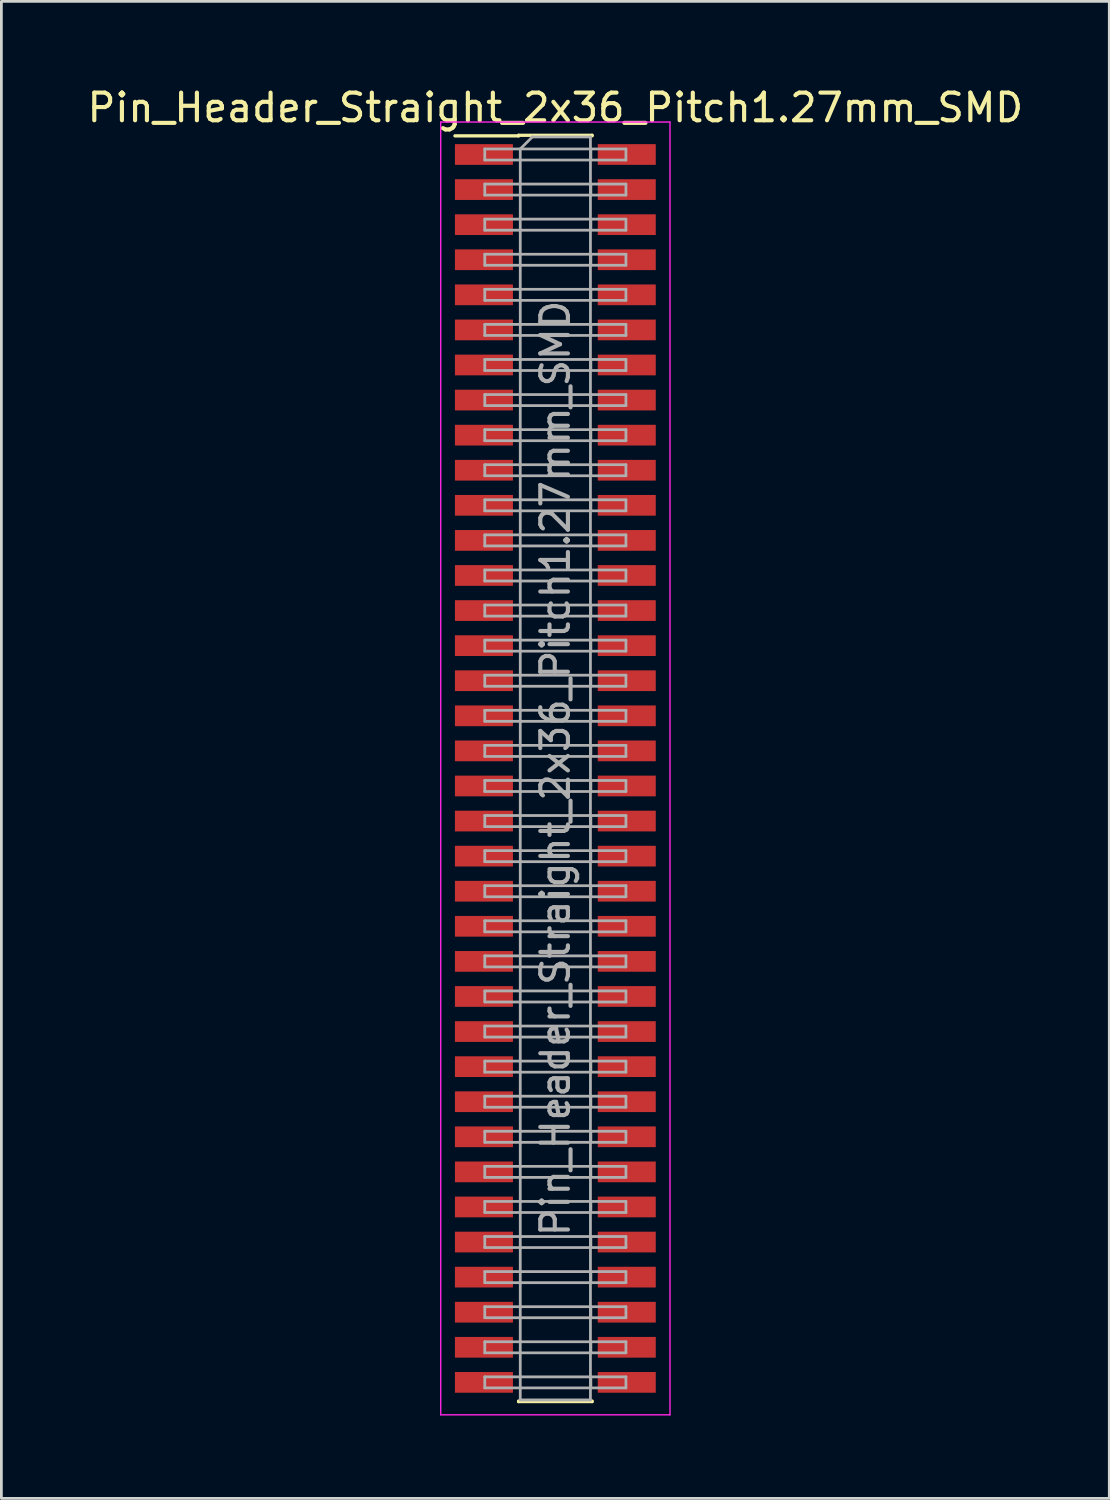
<source format=kicad_pcb>
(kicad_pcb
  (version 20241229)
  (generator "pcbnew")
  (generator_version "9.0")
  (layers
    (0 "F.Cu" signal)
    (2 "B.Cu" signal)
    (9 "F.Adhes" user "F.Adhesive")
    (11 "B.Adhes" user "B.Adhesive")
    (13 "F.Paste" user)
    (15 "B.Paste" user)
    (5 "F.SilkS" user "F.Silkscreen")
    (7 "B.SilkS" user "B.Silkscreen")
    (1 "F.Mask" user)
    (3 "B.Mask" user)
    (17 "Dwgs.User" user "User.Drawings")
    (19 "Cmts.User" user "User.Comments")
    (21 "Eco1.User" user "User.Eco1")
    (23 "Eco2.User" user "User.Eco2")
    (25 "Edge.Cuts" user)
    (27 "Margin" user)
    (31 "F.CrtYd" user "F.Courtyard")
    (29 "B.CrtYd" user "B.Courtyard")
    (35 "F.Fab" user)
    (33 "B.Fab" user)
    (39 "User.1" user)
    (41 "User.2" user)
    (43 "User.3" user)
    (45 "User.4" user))
  (footprint "Pin_Header_Straight_2x36_Pitch1.27mm_SMD"
    (layer "F.Cu")
    (at 17.054 24.768)
    (property "Reference" "Pin_Header_Straight_2x36_Pitch1.27mm_SMD" (at 0 -23.92 0) (layer "F.SilkS") (effects (font (size 1 1) (thickness 0.15))))
    (attr smd)
    (fp_line (start -3.635 -22.9) (end -1.33 -22.9) (stroke (width 0.12) (type solid)) (layer "F.SilkS"))
    (fp_line (start -1.33 -22.92) (end 1.33 -22.92) (stroke (width 0.12) (type solid)) (layer "F.SilkS"))
    (fp_line (start -1.33 -22.9) (end -1.33 -22.92) (stroke (width 0.12) (type solid)) (layer "F.SilkS"))
    (fp_line (start -1.33 22.9) (end -1.33 22.92) (stroke (width 0.12) (type solid)) (layer "F.SilkS"))
    (fp_line (start -1.33 22.92) (end 1.33 22.92) (stroke (width 0.12) (type solid)) (layer "F.SilkS"))
    (fp_line (start 1.33 -22.92) (end 1.33 -22.9) (stroke (width 0.12) (type solid)) (layer "F.SilkS"))
    (fp_line (start 1.33 22.92) (end 1.33 22.9) (stroke (width 0.12) (type solid)) (layer "F.SilkS"))
    (fp_line (start -4.15 -23.4) (end -4.15 23.4) (stroke (width 0.05) (type solid)) (layer "F.CrtYd"))
    (fp_line (start -4.15 23.4) (end 4.15 23.4) (stroke (width 0.05) (type solid)) (layer "F.CrtYd"))
    (fp_line (start 4.15 -23.4) (end -4.15 -23.4) (stroke (width 0.05) (type solid)) (layer "F.CrtYd"))
    (fp_line (start 4.15 23.4) (end 4.15 -23.4) (stroke (width 0.05) (type solid)) (layer "F.CrtYd"))
    (fp_line (start -2.555 -22.425) (end -2.555 -22.025) (stroke (width 0.1) (type solid)) (layer "F.Fab"))
    (fp_line (start -2.555 -22.025) (end -1.27 -22.025) (stroke (width 0.1) (type solid)) (layer "F.Fab"))
    (fp_line (start -2.555 -21.155) (end -2.555 -20.755) (stroke (width 0.1) (type solid)) (layer "F.Fab"))
    (fp_line (start -2.555 -20.755) (end -1.27 -20.755) (stroke (width 0.1) (type solid)) (layer "F.Fab"))
    (fp_line (start -2.555 -19.885) (end -2.555 -19.485) (stroke (width 0.1) (type solid)) (layer "F.Fab"))
    (fp_line (start -2.555 -19.485) (end -1.27 -19.485) (stroke (width 0.1) (type solid)) (layer "F.Fab"))
    (fp_line (start -2.555 -18.615) (end -2.555 -18.215) (stroke (width 0.1) (type solid)) (layer "F.Fab"))
    (fp_line (start -2.555 -18.215) (end -1.27 -18.215) (stroke (width 0.1) (type solid)) (layer "F.Fab"))
    (fp_line (start -2.555 -17.345) (end -2.555 -16.945) (stroke (width 0.1) (type solid)) (layer "F.Fab"))
    (fp_line (start -2.555 -16.945) (end -1.27 -16.945) (stroke (width 0.1) (type solid)) (layer "F.Fab"))
    (fp_line (start -2.555 -16.075) (end -2.555 -15.675) (stroke (width 0.1) (type solid)) (layer "F.Fab"))
    (fp_line (start -2.555 -15.675) (end -1.27 -15.675) (stroke (width 0.1) (type solid)) (layer "F.Fab"))
    (fp_line (start -2.555 -14.805) (end -2.555 -14.405) (stroke (width 0.1) (type solid)) (layer "F.Fab"))
    (fp_line (start -2.555 -14.405) (end -1.27 -14.405) (stroke (width 0.1) (type solid)) (layer "F.Fab"))
    (fp_line (start -2.555 -13.535) (end -2.555 -13.135) (stroke (width 0.1) (type solid)) (layer "F.Fab"))
    (fp_line (start -2.555 -13.135) (end -1.27 -13.135) (stroke (width 0.1) (type solid)) (layer "F.Fab"))
    (fp_line (start -2.555 -12.265) (end -2.555 -11.865) (stroke (width 0.1) (type solid)) (layer "F.Fab"))
    (fp_line (start -2.555 -11.865) (end -1.27 -11.865) (stroke (width 0.1) (type solid)) (layer "F.Fab"))
    (fp_line (start -2.555 -10.995) (end -2.555 -10.595) (stroke (width 0.1) (type solid)) (layer "F.Fab"))
    (fp_line (start -2.555 -10.595) (end -1.27 -10.595) (stroke (width 0.1) (type solid)) (layer "F.Fab"))
    (fp_line (start -2.555 -9.725) (end -2.555 -9.325) (stroke (width 0.1) (type solid)) (layer "F.Fab"))
    (fp_line (start -2.555 -9.325) (end -1.27 -9.325) (stroke (width 0.1) (type solid)) (layer "F.Fab"))
    (fp_line (start -2.555 -8.455) (end -2.555 -8.055) (stroke (width 0.1) (type solid)) (layer "F.Fab"))
    (fp_line (start -2.555 -8.055) (end -1.27 -8.055) (stroke (width 0.1) (type solid)) (layer "F.Fab"))
    (fp_line (start -2.555 -7.185) (end -2.555 -6.785) (stroke (width 0.1) (type solid)) (layer "F.Fab"))
    (fp_line (start -2.555 -6.785) (end -1.27 -6.785) (stroke (width 0.1) (type solid)) (layer "F.Fab"))
    (fp_line (start -2.555 -5.915) (end -2.555 -5.515) (stroke (width 0.1) (type solid)) (layer "F.Fab"))
    (fp_line (start -2.555 -5.515) (end -1.27 -5.515) (stroke (width 0.1) (type solid)) (layer "F.Fab"))
    (fp_line (start -2.555 -4.645) (end -2.555 -4.245) (stroke (width 0.1) (type solid)) (layer "F.Fab"))
    (fp_line (start -2.555 -4.245) (end -1.27 -4.245) (stroke (width 0.1) (type solid)) (layer "F.Fab"))
    (fp_line (start -2.555 -3.375) (end -2.555 -2.975) (stroke (width 0.1) (type solid)) (layer "F.Fab"))
    (fp_line (start -2.555 -2.975) (end -1.27 -2.975) (stroke (width 0.1) (type solid)) (layer "F.Fab"))
    (fp_line (start -2.555 -2.105) (end -2.555 -1.705) (stroke (width 0.1) (type solid)) (layer "F.Fab"))
    (fp_line (start -2.555 -1.705) (end -1.27 -1.705) (stroke (width 0.1) (type solid)) (layer "F.Fab"))
    (fp_line (start -2.555 -0.835) (end -2.555 -0.435) (stroke (width 0.1) (type solid)) (layer "F.Fab"))
    (fp_line (start -2.555 -0.435) (end -1.27 -0.435) (stroke (width 0.1) (type solid)) (layer "F.Fab"))
    (fp_line (start -2.555 0.435) (end -2.555 0.835) (stroke (width 0.1) (type solid)) (layer "F.Fab"))
    (fp_line (start -2.555 0.835) (end -1.27 0.835) (stroke (width 0.1) (type solid)) (layer "F.Fab"))
    (fp_line (start -2.555 1.705) (end -2.555 2.105) (stroke (width 0.1) (type solid)) (layer "F.Fab"))
    (fp_line (start -2.555 2.105) (end -1.27 2.105) (stroke (width 0.1) (type solid)) (layer "F.Fab"))
    (fp_line (start -2.555 2.975) (end -2.555 3.375) (stroke (width 0.1) (type solid)) (layer "F.Fab"))
    (fp_line (start -2.555 3.375) (end -1.27 3.375) (stroke (width 0.1) (type solid)) (layer "F.Fab"))
    (fp_line (start -2.555 4.245) (end -2.555 4.645) (stroke (width 0.1) (type solid)) (layer "F.Fab"))
    (fp_line (start -2.555 4.645) (end -1.27 4.645) (stroke (width 0.1) (type solid)) (layer "F.Fab"))
    (fp_line (start -2.555 5.515) (end -2.555 5.915) (stroke (width 0.1) (type solid)) (layer "F.Fab"))
    (fp_line (start -2.555 5.915) (end -1.27 5.915) (stroke (width 0.1) (type solid)) (layer "F.Fab"))
    (fp_line (start -2.555 6.785) (end -2.555 7.185) (stroke (width 0.1) (type solid)) (layer "F.Fab"))
    (fp_line (start -2.555 7.185) (end -1.27 7.185) (stroke (width 0.1) (type solid)) (layer "F.Fab"))
    (fp_line (start -2.555 8.055) (end -2.555 8.455) (stroke (width 0.1) (type solid)) (layer "F.Fab"))
    (fp_line (start -2.555 8.455) (end -1.27 8.455) (stroke (width 0.1) (type solid)) (layer "F.Fab"))
    (fp_line (start -2.555 9.325) (end -2.555 9.725) (stroke (width 0.1) (type solid)) (layer "F.Fab"))
    (fp_line (start -2.555 9.725) (end -1.27 9.725) (stroke (width 0.1) (type solid)) (layer "F.Fab"))
    (fp_line (start -2.555 10.595) (end -2.555 10.995) (stroke (width 0.1) (type solid)) (layer "F.Fab"))
    (fp_line (start -2.555 10.995) (end -1.27 10.995) (stroke (width 0.1) (type solid)) (layer "F.Fab"))
    (fp_line (start -2.555 11.865) (end -2.555 12.265) (stroke (width 0.1) (type solid)) (layer "F.Fab"))
    (fp_line (start -2.555 12.265) (end -1.27 12.265) (stroke (width 0.1) (type solid)) (layer "F.Fab"))
    (fp_line (start -2.555 13.135) (end -2.555 13.535) (stroke (width 0.1) (type solid)) (layer "F.Fab"))
    (fp_line (start -2.555 13.535) (end -1.27 13.535) (stroke (width 0.1) (type solid)) (layer "F.Fab"))
    (fp_line (start -2.555 14.405) (end -2.555 14.805) (stroke (width 0.1) (type solid)) (layer "F.Fab"))
    (fp_line (start -2.555 14.805) (end -1.27 14.805) (stroke (width 0.1) (type solid)) (layer "F.Fab"))
    (fp_line (start -2.555 15.675) (end -2.555 16.075) (stroke (width 0.1) (type solid)) (layer "F.Fab"))
    (fp_line (start -2.555 16.075) (end -1.27 16.075) (stroke (width 0.1) (type solid)) (layer "F.Fab"))
    (fp_line (start -2.555 16.945) (end -2.555 17.345) (stroke (width 0.1) (type solid)) (layer "F.Fab"))
    (fp_line (start -2.555 17.345) (end -1.27 17.345) (stroke (width 0.1) (type solid)) (layer "F.Fab"))
    (fp_line (start -2.555 18.215) (end -2.555 18.615) (stroke (width 0.1) (type solid)) (layer "F.Fab"))
    (fp_line (start -2.555 18.615) (end -1.27 18.615) (stroke (width 0.1) (type solid)) (layer "F.Fab"))
    (fp_line (start -2.555 19.485) (end -2.555 19.885) (stroke (width 0.1) (type solid)) (layer "F.Fab"))
    (fp_line (start -2.555 19.885) (end -1.27 19.885) (stroke (width 0.1) (type solid)) (layer "F.Fab"))
    (fp_line (start -2.555 20.755) (end -2.555 21.155) (stroke (width 0.1) (type solid)) (layer "F.Fab"))
    (fp_line (start -2.555 21.155) (end -1.27 21.155) (stroke (width 0.1) (type solid)) (layer "F.Fab"))
    (fp_line (start -2.555 22.025) (end -2.555 22.425) (stroke (width 0.1) (type solid)) (layer "F.Fab"))
    (fp_line (start -2.555 22.425) (end -1.27 22.425) (stroke (width 0.1) (type solid)) (layer "F.Fab"))
    (fp_line (start -1.27 -22.425) (end -2.555 -22.425) (stroke (width 0.1) (type solid)) (layer "F.Fab"))
    (fp_line (start -1.27 -22.425) (end -0.835 -22.86) (stroke (width 0.1) (type solid)) (layer "F.Fab"))
    (fp_line (start -1.27 -22.425) (end 1.285 -22.425) (stroke (width 0.1) (type solid)) (layer "F.Fab"))
    (fp_line (start -1.27 -21.155) (end -2.555 -21.155) (stroke (width 0.1) (type solid)) (layer "F.Fab"))
    (fp_line (start -1.27 -21.155) (end 1.285 -21.155) (stroke (width 0.1) (type solid)) (layer "F.Fab"))
    (fp_line (start -1.27 -19.885) (end -2.555 -19.885) (stroke (width 0.1) (type solid)) (layer "F.Fab"))
    (fp_line (start -1.27 -19.885) (end 1.285 -19.885) (stroke (width 0.1) (type solid)) (layer "F.Fab"))
    (fp_line (start -1.27 -18.615) (end -2.555 -18.615) (stroke (width 0.1) (type solid)) (layer "F.Fab"))
    (fp_line (start -1.27 -18.615) (end 1.285 -18.615) (stroke (width 0.1) (type solid)) (layer "F.Fab"))
    (fp_line (start -1.27 -17.345) (end -2.555 -17.345) (stroke (width 0.1) (type solid)) (layer "F.Fab"))
    (fp_line (start -1.27 -17.345) (end 1.285 -17.345) (stroke (width 0.1) (type solid)) (layer "F.Fab"))
    (fp_line (start -1.27 -16.075) (end -2.555 -16.075) (stroke (width 0.1) (type solid)) (layer "F.Fab"))
    (fp_line (start -1.27 -16.075) (end 1.285 -16.075) (stroke (width 0.1) (type solid)) (layer "F.Fab"))
    (fp_line (start -1.27 -14.805) (end -2.555 -14.805) (stroke (width 0.1) (type solid)) (layer "F.Fab"))
    (fp_line (start -1.27 -14.805) (end 1.285 -14.805) (stroke (width 0.1) (type solid)) (layer "F.Fab"))
    (fp_line (start -1.27 -13.535) (end -2.555 -13.535) (stroke (width 0.1) (type solid)) (layer "F.Fab"))
    (fp_line (start -1.27 -13.535) (end 1.285 -13.535) (stroke (width 0.1) (type solid)) (layer "F.Fab"))
    (fp_line (start -1.27 -12.265) (end -2.555 -12.265) (stroke (width 0.1) (type solid)) (layer "F.Fab"))
    (fp_line (start -1.27 -12.265) (end 1.285 -12.265) (stroke (width 0.1) (type solid)) (layer "F.Fab"))
    (fp_line (start -1.27 -10.995) (end -2.555 -10.995) (stroke (width 0.1) (type solid)) (layer "F.Fab"))
    (fp_line (start -1.27 -10.995) (end 1.285 -10.995) (stroke (width 0.1) (type solid)) (layer "F.Fab"))
    (fp_line (start -1.27 -9.725) (end -2.555 -9.725) (stroke (width 0.1) (type solid)) (layer "F.Fab"))
    (fp_line (start -1.27 -9.725) (end 1.285 -9.725) (stroke (width 0.1) (type solid)) (layer "F.Fab"))
    (fp_line (start -1.27 -8.455) (end -2.555 -8.455) (stroke (width 0.1) (type solid)) (layer "F.Fab"))
    (fp_line (start -1.27 -8.455) (end 1.285 -8.455) (stroke (width 0.1) (type solid)) (layer "F.Fab"))
    (fp_line (start -1.27 -7.185) (end -2.555 -7.185) (stroke (width 0.1) (type solid)) (layer "F.Fab"))
    (fp_line (start -1.27 -7.185) (end 1.285 -7.185) (stroke (width 0.1) (type solid)) (layer "F.Fab"))
    (fp_line (start -1.27 -5.915) (end -2.555 -5.915) (stroke (width 0.1) (type solid)) (layer "F.Fab"))
    (fp_line (start -1.27 -5.915) (end 1.285 -5.915) (stroke (width 0.1) (type solid)) (layer "F.Fab"))
    (fp_line (start -1.27 -4.645) (end -2.555 -4.645) (stroke (width 0.1) (type solid)) (layer "F.Fab"))
    (fp_line (start -1.27 -4.645) (end 1.285 -4.645) (stroke (width 0.1) (type solid)) (layer "F.Fab"))
    (fp_line (start -1.27 -3.375) (end -2.555 -3.375) (stroke (width 0.1) (type solid)) (layer "F.Fab"))
    (fp_line (start -1.27 -3.375) (end 1.285 -3.375) (stroke (width 0.1) (type solid)) (layer "F.Fab"))
    (fp_line (start -1.27 -2.105) (end -2.555 -2.105) (stroke (width 0.1) (type solid)) (layer "F.Fab"))
    (fp_line (start -1.27 -2.105) (end 1.285 -2.105) (stroke (width 0.1) (type solid)) (layer "F.Fab"))
    (fp_line (start -1.27 -0.835) (end -2.555 -0.835) (stroke (width 0.1) (type solid)) (layer "F.Fab"))
    (fp_line (start -1.27 -0.835) (end 1.285 -0.835) (stroke (width 0.1) (type solid)) (layer "F.Fab"))
    (fp_line (start -1.27 0.435) (end -2.555 0.435) (stroke (width 0.1) (type solid)) (layer "F.Fab"))
    (fp_line (start -1.27 0.435) (end 1.285 0.435) (stroke (width 0.1) (type solid)) (layer "F.Fab"))
    (fp_line (start -1.27 1.705) (end -2.555 1.705) (stroke (width 0.1) (type solid)) (layer "F.Fab"))
    (fp_line (start -1.27 1.705) (end 1.285 1.705) (stroke (width 0.1) (type solid)) (layer "F.Fab"))
    (fp_line (start -1.27 2.975) (end -2.555 2.975) (stroke (width 0.1) (type solid)) (layer "F.Fab"))
    (fp_line (start -1.27 2.975) (end 1.285 2.975) (stroke (width 0.1) (type solid)) (layer "F.Fab"))
    (fp_line (start -1.27 4.245) (end -2.555 4.245) (stroke (width 0.1) (type solid)) (layer "F.Fab"))
    (fp_line (start -1.27 4.245) (end 1.285 4.245) (stroke (width 0.1) (type solid)) (layer "F.Fab"))
    (fp_line (start -1.27 5.515) (end -2.555 5.515) (stroke (width 0.1) (type solid)) (layer "F.Fab"))
    (fp_line (start -1.27 5.515) (end 1.285 5.515) (stroke (width 0.1) (type solid)) (layer "F.Fab"))
    (fp_line (start -1.27 6.785) (end -2.555 6.785) (stroke (width 0.1) (type solid)) (layer "F.Fab"))
    (fp_line (start -1.27 6.785) (end 1.285 6.785) (stroke (width 0.1) (type solid)) (layer "F.Fab"))
    (fp_line (start -1.27 8.055) (end -2.555 8.055) (stroke (width 0.1) (type solid)) (layer "F.Fab"))
    (fp_line (start -1.27 8.055) (end 1.285 8.055) (stroke (width 0.1) (type solid)) (layer "F.Fab"))
    (fp_line (start -1.27 9.325) (end -2.555 9.325) (stroke (width 0.1) (type solid)) (layer "F.Fab"))
    (fp_line (start -1.27 9.325) (end 1.285 9.325) (stroke (width 0.1) (type solid)) (layer "F.Fab"))
    (fp_line (start -1.27 10.595) (end -2.555 10.595) (stroke (width 0.1) (type solid)) (layer "F.Fab"))
    (fp_line (start -1.27 10.595) (end 1.285 10.595) (stroke (width 0.1) (type solid)) (layer "F.Fab"))
    (fp_line (start -1.27 11.865) (end -2.555 11.865) (stroke (width 0.1) (type solid)) (layer "F.Fab"))
    (fp_line (start -1.27 11.865) (end 1.285 11.865) (stroke (width 0.1) (type solid)) (layer "F.Fab"))
    (fp_line (start -1.27 13.135) (end -2.555 13.135) (stroke (width 0.1) (type solid)) (layer "F.Fab"))
    (fp_line (start -1.27 13.135) (end 1.285 13.135) (stroke (width 0.1) (type solid)) (layer "F.Fab"))
    (fp_line (start -1.27 14.405) (end -2.555 14.405) (stroke (width 0.1) (type solid)) (layer "F.Fab"))
    (fp_line (start -1.27 14.405) (end 1.285 14.405) (stroke (width 0.1) (type solid)) (layer "F.Fab"))
    (fp_line (start -1.27 15.675) (end -2.555 15.675) (stroke (width 0.1) (type solid)) (layer "F.Fab"))
    (fp_line (start -1.27 15.675) (end 1.285 15.675) (stroke (width 0.1) (type solid)) (layer "F.Fab"))
    (fp_line (start -1.27 16.945) (end -2.555 16.945) (stroke (width 0.1) (type solid)) (layer "F.Fab"))
    (fp_line (start -1.27 16.945) (end 1.285 16.945) (stroke (width 0.1) (type solid)) (layer "F.Fab"))
    (fp_line (start -1.27 18.215) (end -2.555 18.215) (stroke (width 0.1) (type solid)) (layer "F.Fab"))
    (fp_line (start -1.27 18.215) (end 1.285 18.215) (stroke (width 0.1) (type solid)) (layer "F.Fab"))
    (fp_line (start -1.27 19.485) (end -2.555 19.485) (stroke (width 0.1) (type solid)) (layer "F.Fab"))
    (fp_line (start -1.27 19.485) (end 1.285 19.485) (stroke (width 0.1) (type solid)) (layer "F.Fab"))
    (fp_line (start -1.27 20.755) (end -2.555 20.755) (stroke (width 0.1) (type solid)) (layer "F.Fab"))
    (fp_line (start -1.27 20.755) (end 1.285 20.755) (stroke (width 0.1) (type solid)) (layer "F.Fab"))
    (fp_line (start -1.27 22.025) (end -2.555 22.025) (stroke (width 0.1) (type solid)) (layer "F.Fab"))
    (fp_line (start -1.27 22.025) (end 1.285 22.025) (stroke (width 0.1) (type solid)) (layer "F.Fab"))
    (fp_line (start -1.27 22.86) (end -1.27 -22.425) (stroke (width 0.1) (type solid)) (layer "F.Fab"))
    (fp_line (start -0.835 -22.86) (end 1.27 -22.86) (stroke (width 0.1) (type solid)) (layer "F.Fab"))
    (fp_line (start 1.27 -22.86) (end 1.27 22.86) (stroke (width 0.1) (type solid)) (layer "F.Fab"))
    (fp_line (start 1.27 -22.425) (end 1.27 -22.025) (stroke (width 0.1) (type solid)) (layer "F.Fab"))
    (fp_line (start 1.27 -22.025) (end 2.555 -22.025) (stroke (width 0.1) (type solid)) (layer "F.Fab"))
    (fp_line (start 1.27 -21.155) (end 1.27 -20.755) (stroke (width 0.1) (type solid)) (layer "F.Fab"))
    (fp_line (start 1.27 -20.755) (end 2.555 -20.755) (stroke (width 0.1) (type solid)) (layer "F.Fab"))
    (fp_line (start 1.27 -19.885) (end 1.27 -19.485) (stroke (width 0.1) (type solid)) (layer "F.Fab"))
    (fp_line (start 1.27 -19.485) (end 2.555 -19.485) (stroke (width 0.1) (type solid)) (layer "F.Fab"))
    (fp_line (start 1.27 -18.615) (end 1.27 -18.215) (stroke (width 0.1) (type solid)) (layer "F.Fab"))
    (fp_line (start 1.27 -18.215) (end 2.555 -18.215) (stroke (width 0.1) (type solid)) (layer "F.Fab"))
    (fp_line (start 1.27 -17.345) (end 1.27 -16.945) (stroke (width 0.1) (type solid)) (layer "F.Fab"))
    (fp_line (start 1.27 -16.945) (end 2.555 -16.945) (stroke (width 0.1) (type solid)) (layer "F.Fab"))
    (fp_line (start 1.27 -16.075) (end 1.27 -15.675) (stroke (width 0.1) (type solid)) (layer "F.Fab"))
    (fp_line (start 1.27 -15.675) (end 2.555 -15.675) (stroke (width 0.1) (type solid)) (layer "F.Fab"))
    (fp_line (start 1.27 -14.805) (end 1.27 -14.405) (stroke (width 0.1) (type solid)) (layer "F.Fab"))
    (fp_line (start 1.27 -14.405) (end 2.555 -14.405) (stroke (width 0.1) (type solid)) (layer "F.Fab"))
    (fp_line (start 1.27 -13.535) (end 1.27 -13.135) (stroke (width 0.1) (type solid)) (layer "F.Fab"))
    (fp_line (start 1.27 -13.135) (end 2.555 -13.135) (stroke (width 0.1) (type solid)) (layer "F.Fab"))
    (fp_line (start 1.27 -12.265) (end 1.27 -11.865) (stroke (width 0.1) (type solid)) (layer "F.Fab"))
    (fp_line (start 1.27 -11.865) (end 2.555 -11.865) (stroke (width 0.1) (type solid)) (layer "F.Fab"))
    (fp_line (start 1.27 -10.995) (end 1.27 -10.595) (stroke (width 0.1) (type solid)) (layer "F.Fab"))
    (fp_line (start 1.27 -10.595) (end 2.555 -10.595) (stroke (width 0.1) (type solid)) (layer "F.Fab"))
    (fp_line (start 1.27 -9.725) (end 1.27 -9.325) (stroke (width 0.1) (type solid)) (layer "F.Fab"))
    (fp_line (start 1.27 -9.325) (end 2.555 -9.325) (stroke (width 0.1) (type solid)) (layer "F.Fab"))
    (fp_line (start 1.27 -8.455) (end 1.27 -8.055) (stroke (width 0.1) (type solid)) (layer "F.Fab"))
    (fp_line (start 1.27 -8.055) (end 2.555 -8.055) (stroke (width 0.1) (type solid)) (layer "F.Fab"))
    (fp_line (start 1.27 -7.185) (end 1.27 -6.785) (stroke (width 0.1) (type solid)) (layer "F.Fab"))
    (fp_line (start 1.27 -6.785) (end 2.555 -6.785) (stroke (width 0.1) (type solid)) (layer "F.Fab"))
    (fp_line (start 1.27 -5.915) (end 1.27 -5.515) (stroke (width 0.1) (type solid)) (layer "F.Fab"))
    (fp_line (start 1.27 -5.515) (end 2.555 -5.515) (stroke (width 0.1) (type solid)) (layer "F.Fab"))
    (fp_line (start 1.27 -4.645) (end 1.27 -4.245) (stroke (width 0.1) (type solid)) (layer "F.Fab"))
    (fp_line (start 1.27 -4.245) (end 2.555 -4.245) (stroke (width 0.1) (type solid)) (layer "F.Fab"))
    (fp_line (start 1.27 -3.375) (end 1.27 -2.975) (stroke (width 0.1) (type solid)) (layer "F.Fab"))
    (fp_line (start 1.27 -2.975) (end 2.555 -2.975) (stroke (width 0.1) (type solid)) (layer "F.Fab"))
    (fp_line (start 1.27 -2.105) (end 1.27 -1.705) (stroke (width 0.1) (type solid)) (layer "F.Fab"))
    (fp_line (start 1.27 -1.705) (end 2.555 -1.705) (stroke (width 0.1) (type solid)) (layer "F.Fab"))
    (fp_line (start 1.27 -0.835) (end 1.27 -0.435) (stroke (width 0.1) (type solid)) (layer "F.Fab"))
    (fp_line (start 1.27 -0.435) (end 2.555 -0.435) (stroke (width 0.1) (type solid)) (layer "F.Fab"))
    (fp_line (start 1.27 0.435) (end 1.27 0.835) (stroke (width 0.1) (type solid)) (layer "F.Fab"))
    (fp_line (start 1.27 0.835) (end 2.555 0.835) (stroke (width 0.1) (type solid)) (layer "F.Fab"))
    (fp_line (start 1.27 1.705) (end 1.27 2.105) (stroke (width 0.1) (type solid)) (layer "F.Fab"))
    (fp_line (start 1.27 2.105) (end 2.555 2.105) (stroke (width 0.1) (type solid)) (layer "F.Fab"))
    (fp_line (start 1.27 2.975) (end 1.27 3.375) (stroke (width 0.1) (type solid)) (layer "F.Fab"))
    (fp_line (start 1.27 3.375) (end 2.555 3.375) (stroke (width 0.1) (type solid)) (layer "F.Fab"))
    (fp_line (start 1.27 4.245) (end 1.27 4.645) (stroke (width 0.1) (type solid)) (layer "F.Fab"))
    (fp_line (start 1.27 4.645) (end 2.555 4.645) (stroke (width 0.1) (type solid)) (layer "F.Fab"))
    (fp_line (start 1.27 5.515) (end 1.27 5.915) (stroke (width 0.1) (type solid)) (layer "F.Fab"))
    (fp_line (start 1.27 5.915) (end 2.555 5.915) (stroke (width 0.1) (type solid)) (layer "F.Fab"))
    (fp_line (start 1.27 6.785) (end 1.27 7.185) (stroke (width 0.1) (type solid)) (layer "F.Fab"))
    (fp_line (start 1.27 7.185) (end 2.555 7.185) (stroke (width 0.1) (type solid)) (layer "F.Fab"))
    (fp_line (start 1.27 8.055) (end 1.27 8.455) (stroke (width 0.1) (type solid)) (layer "F.Fab"))
    (fp_line (start 1.27 8.455) (end 2.555 8.455) (stroke (width 0.1) (type solid)) (layer "F.Fab"))
    (fp_line (start 1.27 9.325) (end 1.27 9.725) (stroke (width 0.1) (type solid)) (layer "F.Fab"))
    (fp_line (start 1.27 9.725) (end 2.555 9.725) (stroke (width 0.1) (type solid)) (layer "F.Fab"))
    (fp_line (start 1.27 10.595) (end 1.27 10.995) (stroke (width 0.1) (type solid)) (layer "F.Fab"))
    (fp_line (start 1.27 10.995) (end 2.555 10.995) (stroke (width 0.1) (type solid)) (layer "F.Fab"))
    (fp_line (start 1.27 11.865) (end 1.27 12.265) (stroke (width 0.1) (type solid)) (layer "F.Fab"))
    (fp_line (start 1.27 12.265) (end 2.555 12.265) (stroke (width 0.1) (type solid)) (layer "F.Fab"))
    (fp_line (start 1.27 13.135) (end 1.27 13.535) (stroke (width 0.1) (type solid)) (layer "F.Fab"))
    (fp_line (start 1.27 13.535) (end 2.555 13.535) (stroke (width 0.1) (type solid)) (layer "F.Fab"))
    (fp_line (start 1.27 14.405) (end 1.27 14.805) (stroke (width 0.1) (type solid)) (layer "F.Fab"))
    (fp_line (start 1.27 14.805) (end 2.555 14.805) (stroke (width 0.1) (type solid)) (layer "F.Fab"))
    (fp_line (start 1.27 15.675) (end 1.27 16.075) (stroke (width 0.1) (type solid)) (layer "F.Fab"))
    (fp_line (start 1.27 16.075) (end 2.555 16.075) (stroke (width 0.1) (type solid)) (layer "F.Fab"))
    (fp_line (start 1.27 16.945) (end 1.27 17.345) (stroke (width 0.1) (type solid)) (layer "F.Fab"))
    (fp_line (start 1.27 17.345) (end 2.555 17.345) (stroke (width 0.1) (type solid)) (layer "F.Fab"))
    (fp_line (start 1.27 18.215) (end 1.27 18.615) (stroke (width 0.1) (type solid)) (layer "F.Fab"))
    (fp_line (start 1.27 18.615) (end 2.555 18.615) (stroke (width 0.1) (type solid)) (layer "F.Fab"))
    (fp_line (start 1.27 19.485) (end 1.27 19.885) (stroke (width 0.1) (type solid)) (layer "F.Fab"))
    (fp_line (start 1.27 19.885) (end 2.555 19.885) (stroke (width 0.1) (type solid)) (layer "F.Fab"))
    (fp_line (start 1.27 20.755) (end 1.27 21.155) (stroke (width 0.1) (type solid)) (layer "F.Fab"))
    (fp_line (start 1.27 21.155) (end 2.555 21.155) (stroke (width 0.1) (type solid)) (layer "F.Fab"))
    (fp_line (start 1.27 22.025) (end 1.27 22.425) (stroke (width 0.1) (type solid)) (layer "F.Fab"))
    (fp_line (start 1.27 22.425) (end 2.555 22.425) (stroke (width 0.1) (type solid)) (layer "F.Fab"))
    (fp_line (start 1.27 22.86) (end -1.27 22.86) (stroke (width 0.1) (type solid)) (layer "F.Fab"))
    (fp_line (start 1.285 -22.425) (end 1.285 -22.025) (stroke (width 0.1) (type solid)) (layer "F.Fab"))
    (fp_line (start 1.285 -22.025) (end -1.27 -22.025) (stroke (width 0.1) (type solid)) (layer "F.Fab"))
    (fp_line (start 1.285 -21.155) (end 1.285 -20.755) (stroke (width 0.1) (type solid)) (layer "F.Fab"))
    (fp_line (start 1.285 -20.755) (end -1.27 -20.755) (stroke (width 0.1) (type solid)) (layer "F.Fab"))
    (fp_line (start 1.285 -19.885) (end 1.285 -19.485) (stroke (width 0.1) (type solid)) (layer "F.Fab"))
    (fp_line (start 1.285 -19.485) (end -1.27 -19.485) (stroke (width 0.1) (type solid)) (layer "F.Fab"))
    (fp_line (start 1.285 -18.615) (end 1.285 -18.215) (stroke (width 0.1) (type solid)) (layer "F.Fab"))
    (fp_line (start 1.285 -18.215) (end -1.27 -18.215) (stroke (width 0.1) (type solid)) (layer "F.Fab"))
    (fp_line (start 1.285 -17.345) (end 1.285 -16.945) (stroke (width 0.1) (type solid)) (layer "F.Fab"))
    (fp_line (start 1.285 -16.945) (end -1.27 -16.945) (stroke (width 0.1) (type solid)) (layer "F.Fab"))
    (fp_line (start 1.285 -16.075) (end 1.285 -15.675) (stroke (width 0.1) (type solid)) (layer "F.Fab"))
    (fp_line (start 1.285 -15.675) (end -1.27 -15.675) (stroke (width 0.1) (type solid)) (layer "F.Fab"))
    (fp_line (start 1.285 -14.805) (end 1.285 -14.405) (stroke (width 0.1) (type solid)) (layer "F.Fab"))
    (fp_line (start 1.285 -14.405) (end -1.27 -14.405) (stroke (width 0.1) (type solid)) (layer "F.Fab"))
    (fp_line (start 1.285 -13.535) (end 1.285 -13.135) (stroke (width 0.1) (type solid)) (layer "F.Fab"))
    (fp_line (start 1.285 -13.135) (end -1.27 -13.135) (stroke (width 0.1) (type solid)) (layer "F.Fab"))
    (fp_line (start 1.285 -12.265) (end 1.285 -11.865) (stroke (width 0.1) (type solid)) (layer "F.Fab"))
    (fp_line (start 1.285 -11.865) (end -1.27 -11.865) (stroke (width 0.1) (type solid)) (layer "F.Fab"))
    (fp_line (start 1.285 -10.995) (end 1.285 -10.595) (stroke (width 0.1) (type solid)) (layer "F.Fab"))
    (fp_line (start 1.285 -10.595) (end -1.27 -10.595) (stroke (width 0.1) (type solid)) (layer "F.Fab"))
    (fp_line (start 1.285 -9.725) (end 1.285 -9.325) (stroke (width 0.1) (type solid)) (layer "F.Fab"))
    (fp_line (start 1.285 -9.325) (end -1.27 -9.325) (stroke (width 0.1) (type solid)) (layer "F.Fab"))
    (fp_line (start 1.285 -8.455) (end 1.285 -8.055) (stroke (width 0.1) (type solid)) (layer "F.Fab"))
    (fp_line (start 1.285 -8.055) (end -1.27 -8.055) (stroke (width 0.1) (type solid)) (layer "F.Fab"))
    (fp_line (start 1.285 -7.185) (end 1.285 -6.785) (stroke (width 0.1) (type solid)) (layer "F.Fab"))
    (fp_line (start 1.285 -6.785) (end -1.27 -6.785) (stroke (width 0.1) (type solid)) (layer "F.Fab"))
    (fp_line (start 1.285 -5.915) (end 1.285 -5.515) (stroke (width 0.1) (type solid)) (layer "F.Fab"))
    (fp_line (start 1.285 -5.515) (end -1.27 -5.515) (stroke (width 0.1) (type solid)) (layer "F.Fab"))
    (fp_line (start 1.285 -4.645) (end 1.285 -4.245) (stroke (width 0.1) (type solid)) (layer "F.Fab"))
    (fp_line (start 1.285 -4.245) (end -1.27 -4.245) (stroke (width 0.1) (type solid)) (layer "F.Fab"))
    (fp_line (start 1.285 -3.375) (end 1.285 -2.975) (stroke (width 0.1) (type solid)) (layer "F.Fab"))
    (fp_line (start 1.285 -2.975) (end -1.27 -2.975) (stroke (width 0.1) (type solid)) (layer "F.Fab"))
    (fp_line (start 1.285 -2.105) (end 1.285 -1.705) (stroke (width 0.1) (type solid)) (layer "F.Fab"))
    (fp_line (start 1.285 -1.705) (end -1.27 -1.705) (stroke (width 0.1) (type solid)) (layer "F.Fab"))
    (fp_line (start 1.285 -0.835) (end 1.285 -0.435) (stroke (width 0.1) (type solid)) (layer "F.Fab"))
    (fp_line (start 1.285 -0.435) (end -1.27 -0.435) (stroke (width 0.1) (type solid)) (layer "F.Fab"))
    (fp_line (start 1.285 0.435) (end 1.285 0.835) (stroke (width 0.1) (type solid)) (layer "F.Fab"))
    (fp_line (start 1.285 0.835) (end -1.27 0.835) (stroke (width 0.1) (type solid)) (layer "F.Fab"))
    (fp_line (start 1.285 1.705) (end 1.285 2.105) (stroke (width 0.1) (type solid)) (layer "F.Fab"))
    (fp_line (start 1.285 2.105) (end -1.27 2.105) (stroke (width 0.1) (type solid)) (layer "F.Fab"))
    (fp_line (start 1.285 2.975) (end 1.285 3.375) (stroke (width 0.1) (type solid)) (layer "F.Fab"))
    (fp_line (start 1.285 3.375) (end -1.27 3.375) (stroke (width 0.1) (type solid)) (layer "F.Fab"))
    (fp_line (start 1.285 4.245) (end 1.285 4.645) (stroke (width 0.1) (type solid)) (layer "F.Fab"))
    (fp_line (start 1.285 4.645) (end -1.27 4.645) (stroke (width 0.1) (type solid)) (layer "F.Fab"))
    (fp_line (start 1.285 5.515) (end 1.285 5.915) (stroke (width 0.1) (type solid)) (layer "F.Fab"))
    (fp_line (start 1.285 5.915) (end -1.27 5.915) (stroke (width 0.1) (type solid)) (layer "F.Fab"))
    (fp_line (start 1.285 6.785) (end 1.285 7.185) (stroke (width 0.1) (type solid)) (layer "F.Fab"))
    (fp_line (start 1.285 7.185) (end -1.27 7.185) (stroke (width 0.1) (type solid)) (layer "F.Fab"))
    (fp_line (start 1.285 8.055) (end 1.285 8.455) (stroke (width 0.1) (type solid)) (layer "F.Fab"))
    (fp_line (start 1.285 8.455) (end -1.27 8.455) (stroke (width 0.1) (type solid)) (layer "F.Fab"))
    (fp_line (start 1.285 9.325) (end 1.285 9.725) (stroke (width 0.1) (type solid)) (layer "F.Fab"))
    (fp_line (start 1.285 9.725) (end -1.27 9.725) (stroke (width 0.1) (type solid)) (layer "F.Fab"))
    (fp_line (start 1.285 10.595) (end 1.285 10.995) (stroke (width 0.1) (type solid)) (layer "F.Fab"))
    (fp_line (start 1.285 10.995) (end -1.27 10.995) (stroke (width 0.1) (type solid)) (layer "F.Fab"))
    (fp_line (start 1.285 11.865) (end 1.285 12.265) (stroke (width 0.1) (type solid)) (layer "F.Fab"))
    (fp_line (start 1.285 12.265) (end -1.27 12.265) (stroke (width 0.1) (type solid)) (layer "F.Fab"))
    (fp_line (start 1.285 13.135) (end 1.285 13.535) (stroke (width 0.1) (type solid)) (layer "F.Fab"))
    (fp_line (start 1.285 13.535) (end -1.27 13.535) (stroke (width 0.1) (type solid)) (layer "F.Fab"))
    (fp_line (start 1.285 14.405) (end 1.285 14.805) (stroke (width 0.1) (type solid)) (layer "F.Fab"))
    (fp_line (start 1.285 14.805) (end -1.27 14.805) (stroke (width 0.1) (type solid)) (layer "F.Fab"))
    (fp_line (start 1.285 15.675) (end 1.285 16.075) (stroke (width 0.1) (type solid)) (layer "F.Fab"))
    (fp_line (start 1.285 16.075) (end -1.27 16.075) (stroke (width 0.1) (type solid)) (layer "F.Fab"))
    (fp_line (start 1.285 16.945) (end 1.285 17.345) (stroke (width 0.1) (type solid)) (layer "F.Fab"))
    (fp_line (start 1.285 17.345) (end -1.27 17.345) (stroke (width 0.1) (type solid)) (layer "F.Fab"))
    (fp_line (start 1.285 18.215) (end 1.285 18.615) (stroke (width 0.1) (type solid)) (layer "F.Fab"))
    (fp_line (start 1.285 18.615) (end -1.27 18.615) (stroke (width 0.1) (type solid)) (layer "F.Fab"))
    (fp_line (start 1.285 19.485) (end 1.285 19.885) (stroke (width 0.1) (type solid)) (layer "F.Fab"))
    (fp_line (start 1.285 19.885) (end -1.27 19.885) (stroke (width 0.1) (type solid)) (layer "F.Fab"))
    (fp_line (start 1.285 20.755) (end 1.285 21.155) (stroke (width 0.1) (type solid)) (layer "F.Fab"))
    (fp_line (start 1.285 21.155) (end -1.27 21.155) (stroke (width 0.1) (type solid)) (layer "F.Fab"))
    (fp_line (start 1.285 22.025) (end 1.285 22.425) (stroke (width 0.1) (type solid)) (layer "F.Fab"))
    (fp_line (start 1.285 22.425) (end -1.27 22.425) (stroke (width 0.1) (type solid)) (layer "F.Fab"))
    (fp_line (start 2.555 -22.425) (end 1.27 -22.425) (stroke (width 0.1) (type solid)) (layer "F.Fab"))
    (fp_line (start 2.555 -22.025) (end 2.555 -22.425) (stroke (width 0.1) (type solid)) (layer "F.Fab"))
    (fp_line (start 2.555 -21.155) (end 1.27 -21.155) (stroke (width 0.1) (type solid)) (layer "F.Fab"))
    (fp_line (start 2.555 -20.755) (end 2.555 -21.155) (stroke (width 0.1) (type solid)) (layer "F.Fab"))
    (fp_line (start 2.555 -19.885) (end 1.27 -19.885) (stroke (width 0.1) (type solid)) (layer "F.Fab"))
    (fp_line (start 2.555 -19.485) (end 2.555 -19.885) (stroke (width 0.1) (type solid)) (layer "F.Fab"))
    (fp_line (start 2.555 -18.615) (end 1.27 -18.615) (stroke (width 0.1) (type solid)) (layer "F.Fab"))
    (fp_line (start 2.555 -18.215) (end 2.555 -18.615) (stroke (width 0.1) (type solid)) (layer "F.Fab"))
    (fp_line (start 2.555 -17.345) (end 1.27 -17.345) (stroke (width 0.1) (type solid)) (layer "F.Fab"))
    (fp_line (start 2.555 -16.945) (end 2.555 -17.345) (stroke (width 0.1) (type solid)) (layer "F.Fab"))
    (fp_line (start 2.555 -16.075) (end 1.27 -16.075) (stroke (width 0.1) (type solid)) (layer "F.Fab"))
    (fp_line (start 2.555 -15.675) (end 2.555 -16.075) (stroke (width 0.1) (type solid)) (layer "F.Fab"))
    (fp_line (start 2.555 -14.805) (end 1.27 -14.805) (stroke (width 0.1) (type solid)) (layer "F.Fab"))
    (fp_line (start 2.555 -14.405) (end 2.555 -14.805) (stroke (width 0.1) (type solid)) (layer "F.Fab"))
    (fp_line (start 2.555 -13.535) (end 1.27 -13.535) (stroke (width 0.1) (type solid)) (layer "F.Fab"))
    (fp_line (start 2.555 -13.135) (end 2.555 -13.535) (stroke (width 0.1) (type solid)) (layer "F.Fab"))
    (fp_line (start 2.555 -12.265) (end 1.27 -12.265) (stroke (width 0.1) (type solid)) (layer "F.Fab"))
    (fp_line (start 2.555 -11.865) (end 2.555 -12.265) (stroke (width 0.1) (type solid)) (layer "F.Fab"))
    (fp_line (start 2.555 -10.995) (end 1.27 -10.995) (stroke (width 0.1) (type solid)) (layer "F.Fab"))
    (fp_line (start 2.555 -10.595) (end 2.555 -10.995) (stroke (width 0.1) (type solid)) (layer "F.Fab"))
    (fp_line (start 2.555 -9.725) (end 1.27 -9.725) (stroke (width 0.1) (type solid)) (layer "F.Fab"))
    (fp_line (start 2.555 -9.325) (end 2.555 -9.725) (stroke (width 0.1) (type solid)) (layer "F.Fab"))
    (fp_line (start 2.555 -8.455) (end 1.27 -8.455) (stroke (width 0.1) (type solid)) (layer "F.Fab"))
    (fp_line (start 2.555 -8.055) (end 2.555 -8.455) (stroke (width 0.1) (type solid)) (layer "F.Fab"))
    (fp_line (start 2.555 -7.185) (end 1.27 -7.185) (stroke (width 0.1) (type solid)) (layer "F.Fab"))
    (fp_line (start 2.555 -6.785) (end 2.555 -7.185) (stroke (width 0.1) (type solid)) (layer "F.Fab"))
    (fp_line (start 2.555 -5.915) (end 1.27 -5.915) (stroke (width 0.1) (type solid)) (layer "F.Fab"))
    (fp_line (start 2.555 -5.515) (end 2.555 -5.915) (stroke (width 0.1) (type solid)) (layer "F.Fab"))
    (fp_line (start 2.555 -4.645) (end 1.27 -4.645) (stroke (width 0.1) (type solid)) (layer "F.Fab"))
    (fp_line (start 2.555 -4.245) (end 2.555 -4.645) (stroke (width 0.1) (type solid)) (layer "F.Fab"))
    (fp_line (start 2.555 -3.375) (end 1.27 -3.375) (stroke (width 0.1) (type solid)) (layer "F.Fab"))
    (fp_line (start 2.555 -2.975) (end 2.555 -3.375) (stroke (width 0.1) (type solid)) (layer "F.Fab"))
    (fp_line (start 2.555 -2.105) (end 1.27 -2.105) (stroke (width 0.1) (type solid)) (layer "F.Fab"))
    (fp_line (start 2.555 -1.705) (end 2.555 -2.105) (stroke (width 0.1) (type solid)) (layer "F.Fab"))
    (fp_line (start 2.555 -0.835) (end 1.27 -0.835) (stroke (width 0.1) (type solid)) (layer "F.Fab"))
    (fp_line (start 2.555 -0.435) (end 2.555 -0.835) (stroke (width 0.1) (type solid)) (layer "F.Fab"))
    (fp_line (start 2.555 0.435) (end 1.27 0.435) (stroke (width 0.1) (type solid)) (layer "F.Fab"))
    (fp_line (start 2.555 0.835) (end 2.555 0.435) (stroke (width 0.1) (type solid)) (layer "F.Fab"))
    (fp_line (start 2.555 1.705) (end 1.27 1.705) (stroke (width 0.1) (type solid)) (layer "F.Fab"))
    (fp_line (start 2.555 2.105) (end 2.555 1.705) (stroke (width 0.1) (type solid)) (layer "F.Fab"))
    (fp_line (start 2.555 2.975) (end 1.27 2.975) (stroke (width 0.1) (type solid)) (layer "F.Fab"))
    (fp_line (start 2.555 3.375) (end 2.555 2.975) (stroke (width 0.1) (type solid)) (layer "F.Fab"))
    (fp_line (start 2.555 4.245) (end 1.27 4.245) (stroke (width 0.1) (type solid)) (layer "F.Fab"))
    (fp_line (start 2.555 4.645) (end 2.555 4.245) (stroke (width 0.1) (type solid)) (layer "F.Fab"))
    (fp_line (start 2.555 5.515) (end 1.27 5.515) (stroke (width 0.1) (type solid)) (layer "F.Fab"))
    (fp_line (start 2.555 5.915) (end 2.555 5.515) (stroke (width 0.1) (type solid)) (layer "F.Fab"))
    (fp_line (start 2.555 6.785) (end 1.27 6.785) (stroke (width 0.1) (type solid)) (layer "F.Fab"))
    (fp_line (start 2.555 7.185) (end 2.555 6.785) (stroke (width 0.1) (type solid)) (layer "F.Fab"))
    (fp_line (start 2.555 8.055) (end 1.27 8.055) (stroke (width 0.1) (type solid)) (layer "F.Fab"))
    (fp_line (start 2.555 8.455) (end 2.555 8.055) (stroke (width 0.1) (type solid)) (layer "F.Fab"))
    (fp_line (start 2.555 9.325) (end 1.27 9.325) (stroke (width 0.1) (type solid)) (layer "F.Fab"))
    (fp_line (start 2.555 9.725) (end 2.555 9.325) (stroke (width 0.1) (type solid)) (layer "F.Fab"))
    (fp_line (start 2.555 10.595) (end 1.27 10.595) (stroke (width 0.1) (type solid)) (layer "F.Fab"))
    (fp_line (start 2.555 10.995) (end 2.555 10.595) (stroke (width 0.1) (type solid)) (layer "F.Fab"))
    (fp_line (start 2.555 11.865) (end 1.27 11.865) (stroke (width 0.1) (type solid)) (layer "F.Fab"))
    (fp_line (start 2.555 12.265) (end 2.555 11.865) (stroke (width 0.1) (type solid)) (layer "F.Fab"))
    (fp_line (start 2.555 13.135) (end 1.27 13.135) (stroke (width 0.1) (type solid)) (layer "F.Fab"))
    (fp_line (start 2.555 13.535) (end 2.555 13.135) (stroke (width 0.1) (type solid)) (layer "F.Fab"))
    (fp_line (start 2.555 14.405) (end 1.27 14.405) (stroke (width 0.1) (type solid)) (layer "F.Fab"))
    (fp_line (start 2.555 14.805) (end 2.555 14.405) (stroke (width 0.1) (type solid)) (layer "F.Fab"))
    (fp_line (start 2.555 15.675) (end 1.27 15.675) (stroke (width 0.1) (type solid)) (layer "F.Fab"))
    (fp_line (start 2.555 16.075) (end 2.555 15.675) (stroke (width 0.1) (type solid)) (layer "F.Fab"))
    (fp_line (start 2.555 16.945) (end 1.27 16.945) (stroke (width 0.1) (type solid)) (layer "F.Fab"))
    (fp_line (start 2.555 17.345) (end 2.555 16.945) (stroke (width 0.1) (type solid)) (layer "F.Fab"))
    (fp_line (start 2.555 18.215) (end 1.27 18.215) (stroke (width 0.1) (type solid)) (layer "F.Fab"))
    (fp_line (start 2.555 18.615) (end 2.555 18.215) (stroke (width 0.1) (type solid)) (layer "F.Fab"))
    (fp_line (start 2.555 19.485) (end 1.27 19.485) (stroke (width 0.1) (type solid)) (layer "F.Fab"))
    (fp_line (start 2.555 19.885) (end 2.555 19.485) (stroke (width 0.1) (type solid)) (layer "F.Fab"))
    (fp_line (start 2.555 20.755) (end 1.27 20.755) (stroke (width 0.1) (type solid)) (layer "F.Fab"))
    (fp_line (start 2.555 21.155) (end 2.555 20.755) (stroke (width 0.1) (type solid)) (layer "F.Fab"))
    (fp_line (start 2.555 22.025) (end 1.27 22.025) (stroke (width 0.1) (type solid)) (layer "F.Fab"))
    (fp_line (start 2.555 22.425) (end 2.555 22.025) (stroke (width 0.1) (type solid)) (layer "F.Fab"))
    (fp_text user "${REFERENCE}" (at 0 0 90) (layer "F.Fab") (effects (font (size 1 1) (thickness 0.15))))
    (pad "1" smd rect (at -2.585 -22.225) (size 2.1 0.75) (layers "F.Cu" "F.Mask" "F.Paste"))
    (pad "2" smd rect (at 2.585 -22.225) (size 2.1 0.75) (layers "F.Cu" "F.Mask" "F.Paste"))
    (pad "3" smd rect (at -2.585 -20.955) (size 2.1 0.75) (layers "F.Cu" "F.Mask" "F.Paste"))
    (pad "4" smd rect (at 2.585 -20.955) (size 2.1 0.75) (layers "F.Cu" "F.Mask" "F.Paste"))
    (pad "5" smd rect (at -2.585 -19.685) (size 2.1 0.75) (layers "F.Cu" "F.Mask" "F.Paste"))
    (pad "6" smd rect (at 2.585 -19.685) (size 2.1 0.75) (layers "F.Cu" "F.Mask" "F.Paste"))
    (pad "7" smd rect (at -2.585 -18.415) (size 2.1 0.75) (layers "F.Cu" "F.Mask" "F.Paste"))
    (pad "8" smd rect (at 2.585 -18.415) (size 2.1 0.75) (layers "F.Cu" "F.Mask" "F.Paste"))
    (pad "9" smd rect (at -2.585 -17.145) (size 2.1 0.75) (layers "F.Cu" "F.Mask" "F.Paste"))
    (pad "10" smd rect (at 2.585 -17.145) (size 2.1 0.75) (layers "F.Cu" "F.Mask" "F.Paste"))
    (pad "11" smd rect (at -2.585 -15.875) (size 2.1 0.75) (layers "F.Cu" "F.Mask" "F.Paste"))
    (pad "12" smd rect (at 2.585 -15.875) (size 2.1 0.75) (layers "F.Cu" "F.Mask" "F.Paste"))
    (pad "13" smd rect (at -2.585 -14.605) (size 2.1 0.75) (layers "F.Cu" "F.Mask" "F.Paste"))
    (pad "14" smd rect (at 2.585 -14.605) (size 2.1 0.75) (layers "F.Cu" "F.Mask" "F.Paste"))
    (pad "15" smd rect (at -2.585 -13.335) (size 2.1 0.75) (layers "F.Cu" "F.Mask" "F.Paste"))
    (pad "16" smd rect (at 2.585 -13.335) (size 2.1 0.75) (layers "F.Cu" "F.Mask" "F.Paste"))
    (pad "17" smd rect (at -2.585 -12.065) (size 2.1 0.75) (layers "F.Cu" "F.Mask" "F.Paste"))
    (pad "18" smd rect (at 2.585 -12.065) (size 2.1 0.75) (layers "F.Cu" "F.Mask" "F.Paste"))
    (pad "19" smd rect (at -2.585 -10.795) (size 2.1 0.75) (layers "F.Cu" "F.Mask" "F.Paste"))
    (pad "20" smd rect (at 2.585 -10.795) (size 2.1 0.75) (layers "F.Cu" "F.Mask" "F.Paste"))
    (pad "21" smd rect (at -2.585 -9.525) (size 2.1 0.75) (layers "F.Cu" "F.Mask" "F.Paste"))
    (pad "22" smd rect (at 2.585 -9.525) (size 2.1 0.75) (layers "F.Cu" "F.Mask" "F.Paste"))
    (pad "23" smd rect (at -2.585 -8.255) (size 2.1 0.75) (layers "F.Cu" "F.Mask" "F.Paste"))
    (pad "24" smd rect (at 2.585 -8.255) (size 2.1 0.75) (layers "F.Cu" "F.Mask" "F.Paste"))
    (pad "25" smd rect (at -2.585 -6.985) (size 2.1 0.75) (layers "F.Cu" "F.Mask" "F.Paste"))
    (pad "26" smd rect (at 2.585 -6.985) (size 2.1 0.75) (layers "F.Cu" "F.Mask" "F.Paste"))
    (pad "27" smd rect (at -2.585 -5.715) (size 2.1 0.75) (layers "F.Cu" "F.Mask" "F.Paste"))
    (pad "28" smd rect (at 2.585 -5.715) (size 2.1 0.75) (layers "F.Cu" "F.Mask" "F.Paste"))
    (pad "29" smd rect (at -2.585 -4.445) (size 2.1 0.75) (layers "F.Cu" "F.Mask" "F.Paste"))
    (pad "30" smd rect (at 2.585 -4.445) (size 2.1 0.75) (layers "F.Cu" "F.Mask" "F.Paste"))
    (pad "31" smd rect (at -2.585 -3.175) (size 2.1 0.75) (layers "F.Cu" "F.Mask" "F.Paste"))
    (pad "32" smd rect (at 2.585 -3.175) (size 2.1 0.75) (layers "F.Cu" "F.Mask" "F.Paste"))
    (pad "33" smd rect (at -2.585 -1.905) (size 2.1 0.75) (layers "F.Cu" "F.Mask" "F.Paste"))
    (pad "34" smd rect (at 2.585 -1.905) (size 2.1 0.75) (layers "F.Cu" "F.Mask" "F.Paste"))
    (pad "35" smd rect (at -2.585 -0.635) (size 2.1 0.75) (layers "F.Cu" "F.Mask" "F.Paste"))
    (pad "36" smd rect (at 2.585 -0.635) (size 2.1 0.75) (layers "F.Cu" "F.Mask" "F.Paste"))
    (pad "37" smd rect (at -2.585 0.635) (size 2.1 0.75) (layers "F.Cu" "F.Mask" "F.Paste"))
    (pad "38" smd rect (at 2.585 0.635) (size 2.1 0.75) (layers "F.Cu" "F.Mask" "F.Paste"))
    (pad "39" smd rect (at -2.585 1.905) (size 2.1 0.75) (layers "F.Cu" "F.Mask" "F.Paste"))
    (pad "40" smd rect (at 2.585 1.905) (size 2.1 0.75) (layers "F.Cu" "F.Mask" "F.Paste"))
    (pad "41" smd rect (at -2.585 3.175) (size 2.1 0.75) (layers "F.Cu" "F.Mask" "F.Paste"))
    (pad "42" smd rect (at 2.585 3.175) (size 2.1 0.75) (layers "F.Cu" "F.Mask" "F.Paste"))
    (pad "43" smd rect (at -2.585 4.445) (size 2.1 0.75) (layers "F.Cu" "F.Mask" "F.Paste"))
    (pad "44" smd rect (at 2.585 4.445) (size 2.1 0.75) (layers "F.Cu" "F.Mask" "F.Paste"))
    (pad "45" smd rect (at -2.585 5.715) (size 2.1 0.75) (layers "F.Cu" "F.Mask" "F.Paste"))
    (pad "46" smd rect (at 2.585 5.715) (size 2.1 0.75) (layers "F.Cu" "F.Mask" "F.Paste"))
    (pad "47" smd rect (at -2.585 6.985) (size 2.1 0.75) (layers "F.Cu" "F.Mask" "F.Paste"))
    (pad "48" smd rect (at 2.585 6.985) (size 2.1 0.75) (layers "F.Cu" "F.Mask" "F.Paste"))
    (pad "49" smd rect (at -2.585 8.255) (size 2.1 0.75) (layers "F.Cu" "F.Mask" "F.Paste"))
    (pad "50" smd rect (at 2.585 8.255) (size 2.1 0.75) (layers "F.Cu" "F.Mask" "F.Paste"))
    (pad "51" smd rect (at -2.585 9.525) (size 2.1 0.75) (layers "F.Cu" "F.Mask" "F.Paste"))
    (pad "52" smd rect (at 2.585 9.525) (size 2.1 0.75) (layers "F.Cu" "F.Mask" "F.Paste"))
    (pad "53" smd rect (at -2.585 10.795) (size 2.1 0.75) (layers "F.Cu" "F.Mask" "F.Paste"))
    (pad "54" smd rect (at 2.585 10.795) (size 2.1 0.75) (layers "F.Cu" "F.Mask" "F.Paste"))
    (pad "55" smd rect (at -2.585 12.065) (size 2.1 0.75) (layers "F.Cu" "F.Mask" "F.Paste"))
    (pad "56" smd rect (at 2.585 12.065) (size 2.1 0.75) (layers "F.Cu" "F.Mask" "F.Paste"))
    (pad "57" smd rect (at -2.585 13.335) (size 2.1 0.75) (layers "F.Cu" "F.Mask" "F.Paste"))
    (pad "58" smd rect (at 2.585 13.335) (size 2.1 0.75) (layers "F.Cu" "F.Mask" "F.Paste"))
    (pad "59" smd rect (at -2.585 14.605) (size 2.1 0.75) (layers "F.Cu" "F.Mask" "F.Paste"))
    (pad "60" smd rect (at 2.585 14.605) (size 2.1 0.75) (layers "F.Cu" "F.Mask" "F.Paste"))
    (pad "61" smd rect (at -2.585 15.875) (size 2.1 0.75) (layers "F.Cu" "F.Mask" "F.Paste"))
    (pad "62" smd rect (at 2.585 15.875) (size 2.1 0.75) (layers "F.Cu" "F.Mask" "F.Paste"))
    (pad "63" smd rect (at -2.585 17.145) (size 2.1 0.75) (layers "F.Cu" "F.Mask" "F.Paste"))
    (pad "64" smd rect (at 2.585 17.145) (size 2.1 0.75) (layers "F.Cu" "F.Mask" "F.Paste"))
    (pad "65" smd rect (at -2.585 18.415) (size 2.1 0.75) (layers "F.Cu" "F.Mask" "F.Paste"))
    (pad "66" smd rect (at 2.585 18.415) (size 2.1 0.75) (layers "F.Cu" "F.Mask" "F.Paste"))
    (pad "67" smd rect (at -2.585 19.685) (size 2.1 0.75) (layers "F.Cu" "F.Mask" "F.Paste"))
    (pad "68" smd rect (at 2.585 19.685) (size 2.1 0.75) (layers "F.Cu" "F.Mask" "F.Paste"))
    (pad "69" smd rect (at -2.585 20.955) (size 2.1 0.75) (layers "F.Cu" "F.Mask" "F.Paste"))
    (pad "70" smd rect (at 2.585 20.955) (size 2.1 0.75) (layers "F.Cu" "F.Mask" "F.Paste"))
    (pad "71" smd rect (at -2.585 22.225) (size 2.1 0.75) (layers "F.Cu" "F.Mask" "F.Paste"))
    (pad "72" smd rect (at 2.585 22.225) (size 2.1 0.75) (layers "F.Cu" "F.Mask" "F.Paste")))
  (gr_rect
    (start -3 -3)
    (end 37.107 51.193)
    (stroke (width 0.1) (type default))
    (fill no)
    (layer "Edge.Cuts")))
</source>
